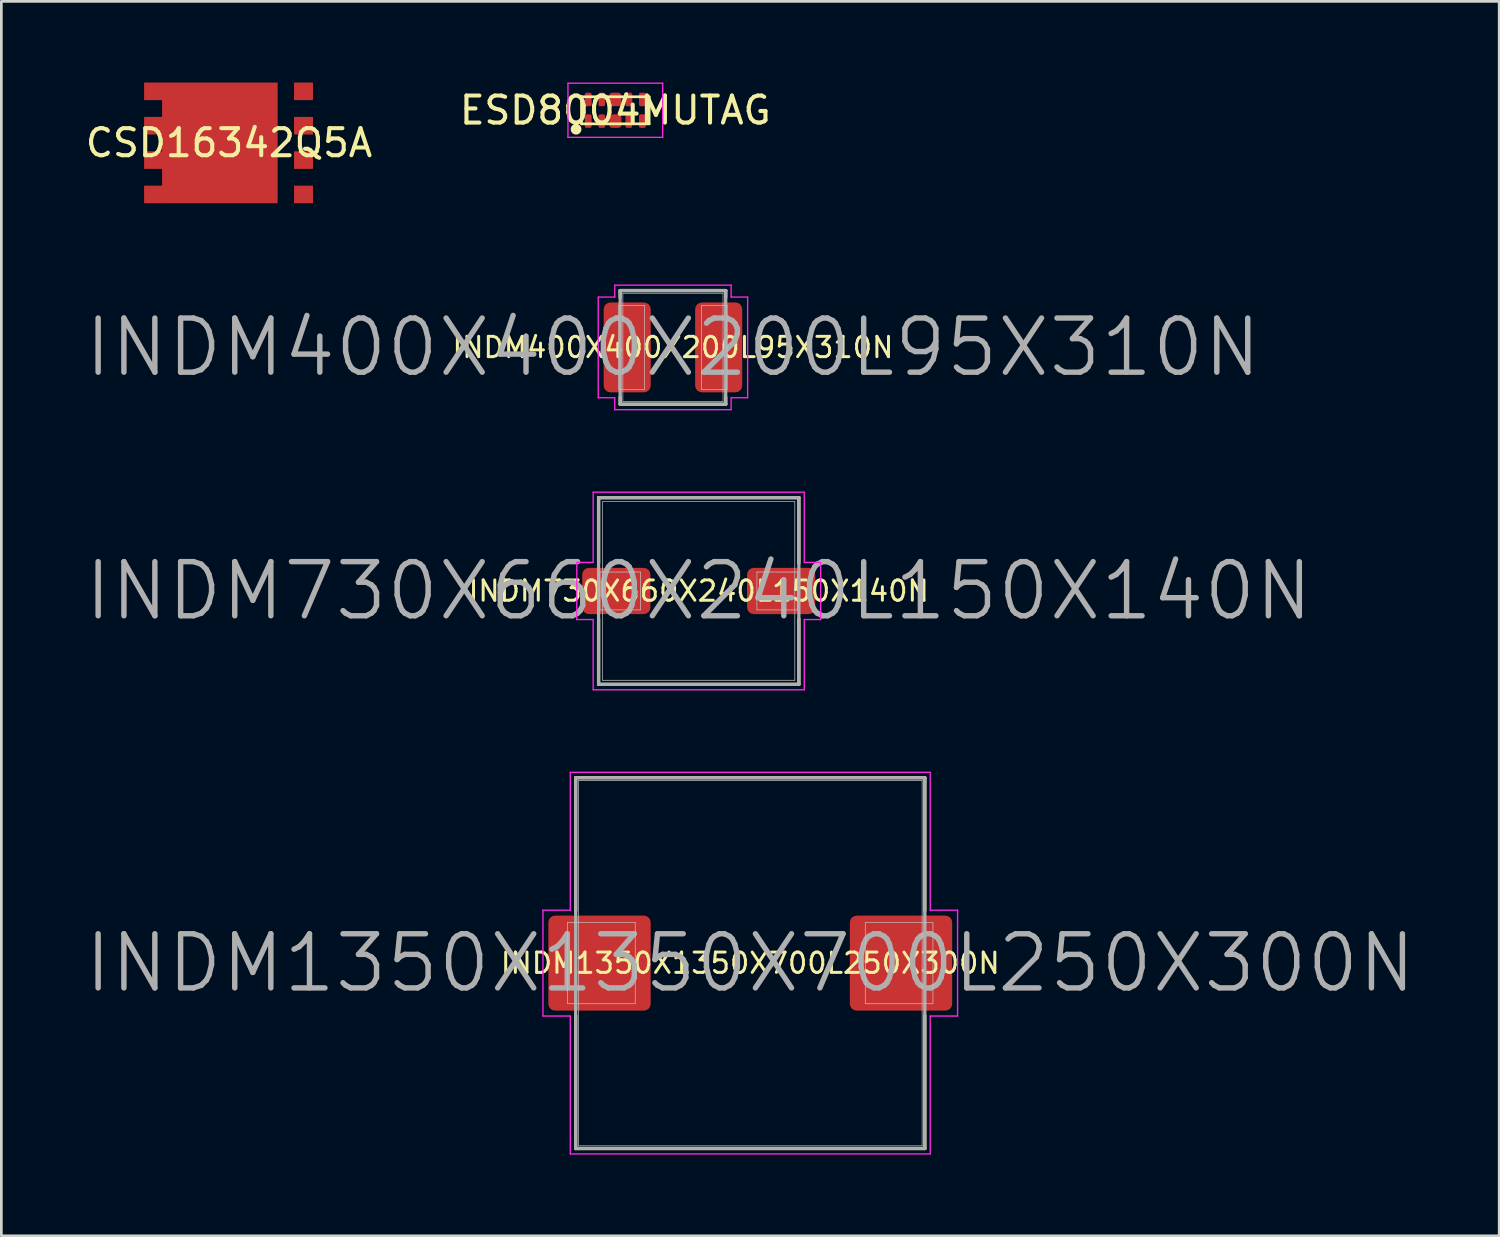
<source format=kicad_pcb>
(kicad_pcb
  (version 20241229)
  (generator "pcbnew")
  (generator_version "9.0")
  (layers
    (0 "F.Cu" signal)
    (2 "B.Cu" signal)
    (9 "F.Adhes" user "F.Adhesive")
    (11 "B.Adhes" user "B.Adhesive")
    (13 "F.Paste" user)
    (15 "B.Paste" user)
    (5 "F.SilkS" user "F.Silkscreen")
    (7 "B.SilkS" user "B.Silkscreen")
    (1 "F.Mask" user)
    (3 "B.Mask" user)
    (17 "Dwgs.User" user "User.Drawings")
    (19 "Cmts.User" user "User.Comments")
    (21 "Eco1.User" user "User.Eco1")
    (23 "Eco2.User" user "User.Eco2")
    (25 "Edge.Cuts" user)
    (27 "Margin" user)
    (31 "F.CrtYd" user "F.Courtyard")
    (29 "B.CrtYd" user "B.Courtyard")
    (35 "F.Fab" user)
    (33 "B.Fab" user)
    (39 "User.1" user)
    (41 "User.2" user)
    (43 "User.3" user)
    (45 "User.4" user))
  (footprint "ESD8004MUTAG"
    (layer "F.Cu")
    (at 19.685 1.025)
    (property "Reference" "ESD8004MUTAG" (at 0 0 0) (unlocked yes) (layer "F.SilkS") (effects (font (size 1 1) (thickness 0.15))))
    (fp_line (start -1.25 -0.5) (end -1.25 0.5) (stroke (width 0.1) (type solid)) (layer "F.SilkS"))
    (fp_line (start -1.25 -0.5) (end 1.25 -0.5) (stroke (width 0.1) (type solid)) (layer "F.SilkS"))
    (fp_line (start -1.25 0.5) (end 1.25 0.5) (stroke (width 0.1) (type solid)) (layer "F.SilkS"))
    (fp_line (start 1.25 0.5) (end 1.25 -0.5) (stroke (width 0.1) (type solid)) (layer "F.SilkS"))
    (fp_circle (center -1.45 0.7) (end -1.35 0.7) (stroke (width 0.2) (type solid)) (fill no) (layer "F.SilkS"))
    (fp_line (start -1.75 -1) (end -1.75 1) (stroke (width 0.05) (type solid)) (layer "F.CrtYd"))
    (fp_line (start -1.75 1) (end 1.75 1) (stroke (width 0.05) (type solid)) (layer "F.CrtYd"))
    (fp_line (start 1.75 -1) (end -1.75 -1) (stroke (width 0.05) (type solid)) (layer "F.CrtYd"))
    (fp_line (start 1.75 1) (end 1.75 -1) (stroke (width 0.05) (type solid)) (layer "F.CrtYd"))
    (pad "1" smd roundrect (at -1 0.4) (size 0.25 0.5) (layers "F.Cu" "F.Mask" "F.Paste") (roundrect_rratio 0.25))
    (pad "2" smd roundrect (at -0.5 0.4) (size 0.25 0.5) (layers "F.Cu" "F.Mask" "F.Paste") (roundrect_rratio 0.25))
    (pad "3" smd roundrect (at 0 0.4) (size 0.45 0.5) (layers "F.Cu" "F.Mask" "F.Paste") (roundrect_rratio 0.25))
    (pad "4" smd roundrect (at 0.5 0.4) (size 0.25 0.5) (layers "F.Cu" "F.Mask" "F.Paste") (roundrect_rratio 0.25))
    (pad "5" smd roundrect (at 1 0.4) (size 0.25 0.5) (layers "F.Cu" "F.Mask" "F.Paste") (roundrect_rratio 0.25))
    (pad "6" smd roundrect (at 1 -0.4) (size 0.25 0.5) (layers "F.Cu" "F.Mask" "F.Paste") (roundrect_rratio 0.25))
    (pad "7" smd roundrect (at 0.5 -0.4) (size 0.25 0.5) (layers "F.Cu" "F.Mask" "F.Paste") (roundrect_rratio 0.25))
    (pad "8" smd roundrect (at 0 -0.4) (size 0.45 0.5) (layers "F.Cu" "F.Mask" "F.Paste") (roundrect_rratio 0.25))
    (pad "9" smd roundrect (at -0.5 -0.4) (size 0.25 0.5) (layers "F.Cu" "F.Mask" "F.Paste") (roundrect_rratio 0.25))
    (pad "10" smd roundrect (at -1 -0.4) (size 0.25 0.5) (layers "F.Cu" "F.Mask" "F.Paste") (roundrect_rratio 0.25)))
  (footprint "INDM730X660X240L150X140N"
    (layer "F.Cu")
    (at 22.767 18.786)
    (property "Reference" "INDM730X660X240L150X140N" (at 0 0 0) (layer "F.SilkS") (effects (font (size 0.75 0.75) (thickness 0.11))))
    (attr smd)
    (fp_line (start -3.7 -3.45) (end 3.7 -3.45) (stroke (width 0.12) (type solid)) (layer "F.SilkS"))
    (fp_line (start -3.7 -1.035) (end -3.7 -3.45) (stroke (width 0.12) (type solid)) (layer "F.SilkS"))
    (fp_line (start -3.7 3.45) (end -3.7 1.035) (stroke (width 0.12) (type solid)) (layer "F.SilkS"))
    (fp_line (start 3.7 -3.45) (end 3.7 -1.035) (stroke (width 0.12) (type solid)) (layer "F.SilkS"))
    (fp_line (start 3.7 1.035) (end 3.7 3.45) (stroke (width 0.12) (type solid)) (layer "F.SilkS"))
    (fp_line (start 3.7 3.45) (end -3.7 3.45) (stroke (width 0.12) (type solid)) (layer "F.SilkS"))
    (fp_line (start -3.65 -0.7) (end -2.15 -0.7) (stroke (width 0.025) (type solid)) (layer "Dwgs.User"))
    (fp_line (start -3.65 0.7) (end -3.65 -0.7) (stroke (width 0.025) (type solid)) (layer "Dwgs.User"))
    (fp_line (start -3.55 -3.3) (end 3.55 -3.3) (stroke (width 0.025) (type solid)) (layer "Dwgs.User"))
    (fp_line (start -3.55 3.3) (end -3.55 -3.3) (stroke (width 0.025) (type solid)) (layer "Dwgs.User"))
    (fp_line (start -2.15 -0.7) (end -2.15 0.7) (stroke (width 0.025) (type solid)) (layer "Dwgs.User"))
    (fp_line (start -2.15 0.7) (end -3.65 0.7) (stroke (width 0.025) (type solid)) (layer "Dwgs.User"))
    (fp_line (start 2.15 -0.7) (end 3.65 -0.7) (stroke (width 0.025) (type solid)) (layer "Dwgs.User"))
    (fp_line (start 2.15 0.7) (end 2.15 -0.7) (stroke (width 0.025) (type solid)) (layer "Dwgs.User"))
    (fp_line (start 3.55 -3.3) (end 3.55 3.3) (stroke (width 0.025) (type solid)) (layer "Dwgs.User"))
    (fp_line (start 3.55 3.3) (end -3.55 3.3) (stroke (width 0.025) (type solid)) (layer "Dwgs.User"))
    (fp_line (start 3.65 -0.7) (end 3.65 0.7) (stroke (width 0.025) (type solid)) (layer "Dwgs.User"))
    (fp_line (start 3.65 0.7) (end 2.15 0.7) (stroke (width 0.025) (type solid)) (layer "Dwgs.User"))
    (fp_line (start -4.505 -1.055) (end -4.505 1.055) (stroke (width 0.05) (type solid)) (layer "F.CrtYd"))
    (fp_line (start -4.505 1.055) (end -3.9 1.055) (stroke (width 0.05) (type solid)) (layer "F.CrtYd"))
    (fp_line (start -3.9 -3.65) (end -3.9 -1.055) (stroke (width 0.05) (type solid)) (layer "F.CrtYd"))
    (fp_line (start -3.9 -1.055) (end -4.505 -1.055) (stroke (width 0.05) (type solid)) (layer "F.CrtYd"))
    (fp_line (start -3.9 1.055) (end -3.9 3.65) (stroke (width 0.05) (type solid)) (layer "F.CrtYd"))
    (fp_line (start -3.9 3.65) (end 3.9 3.65) (stroke (width 0.05) (type solid)) (layer "F.CrtYd"))
    (fp_line (start 3.9 -3.65) (end -3.9 -3.65) (stroke (width 0.05) (type solid)) (layer "F.CrtYd"))
    (fp_line (start 3.9 -1.055) (end 3.9 -3.65) (stroke (width 0.05) (type solid)) (layer "F.CrtYd"))
    (fp_line (start 3.9 1.055) (end 4.505 1.055) (stroke (width 0.05) (type solid)) (layer "F.CrtYd"))
    (fp_line (start 3.9 3.65) (end 3.9 1.055) (stroke (width 0.05) (type solid)) (layer "F.CrtYd"))
    (fp_line (start 4.505 -1.055) (end 3.9 -1.055) (stroke (width 0.05) (type solid)) (layer "F.CrtYd"))
    (fp_line (start 4.505 1.055) (end 4.505 -1.055) (stroke (width 0.05) (type solid)) (layer "F.CrtYd"))
    (fp_line (start -3.7 -3.45) (end 3.7 -3.45) (stroke (width 0.12) (type solid)) (layer "F.Fab"))
    (fp_line (start -3.7 3.45) (end -3.7 -3.45) (stroke (width 0.12) (type solid)) (layer "F.Fab"))
    (fp_line (start 3.7 -3.45) (end 3.7 3.45) (stroke (width 0.12) (type solid)) (layer "F.Fab"))
    (fp_line (start 3.7 3.45) (end -3.7 3.45) (stroke (width 0.12) (type solid)) (layer "F.Fab"))
    (fp_text user "${REFERENCE}" (at 0 0 0) (layer "F.Fab") (effects (font (size 2 2) (thickness 0.2))))
    (pad "1" smd roundrect (at -3.045 0) (size 2.52 1.71) (layers "F.Cu" "F.Mask" "F.Paste") (roundrect_rratio 0.146))
    (pad "2" smd roundrect (at 3.045 0) (size 2.52 1.71) (layers "F.Cu" "F.Mask" "F.Paste") (roundrect_rratio 0.146)))
  (footprint "INDM400X400X200L95X310N"
    (layer "F.Cu")
    (at 21.814 9.786)
    (property "Reference" "INDM400X400X200L95X310N" (at 0 0 0) (layer "F.SilkS") (effects (font (size 0.75 0.75) (thickness 0.11))))
    (attr smd)
    (fp_line (start -1.95 -2.1) (end 1.95 -2.1) (stroke (width 0.12) (type solid)) (layer "F.SilkS"))
    (fp_line (start -1.95 -1.84) (end -1.95 -2.1) (stroke (width 0.12) (type solid)) (layer "F.SilkS"))
    (fp_line (start -1.95 2.1) (end -1.95 1.84) (stroke (width 0.12) (type solid)) (layer "F.SilkS"))
    (fp_line (start 1.95 -2.1) (end 1.95 -1.84) (stroke (width 0.12) (type solid)) (layer "F.SilkS"))
    (fp_line (start 1.95 1.84) (end 1.95 2.1) (stroke (width 0.12) (type solid)) (layer "F.SilkS"))
    (fp_line (start 1.95 2.1) (end -1.95 2.1) (stroke (width 0.12) (type solid)) (layer "F.SilkS"))
    (fp_line (start -2 -1.55) (end -1.05 -1.55) (stroke (width 0.025) (type solid)) (layer "Dwgs.User"))
    (fp_line (start -2 1.55) (end -2 -1.55) (stroke (width 0.025) (type solid)) (layer "Dwgs.User"))
    (fp_line (start -1.85 -2) (end 1.85 -2) (stroke (width 0.025) (type solid)) (layer "Dwgs.User"))
    (fp_line (start -1.85 2) (end -1.85 -2) (stroke (width 0.025) (type solid)) (layer "Dwgs.User"))
    (fp_line (start -1.05 -1.55) (end -1.05 1.55) (stroke (width 0.025) (type solid)) (layer "Dwgs.User"))
    (fp_line (start -1.05 1.55) (end -2 1.55) (stroke (width 0.025) (type solid)) (layer "Dwgs.User"))
    (fp_line (start 1.05 -1.55) (end 2 -1.55) (stroke (width 0.025) (type solid)) (layer "Dwgs.User"))
    (fp_line (start 1.05 1.55) (end 1.05 -1.55) (stroke (width 0.025) (type solid)) (layer "Dwgs.User"))
    (fp_line (start 1.85 -2) (end 1.85 2) (stroke (width 0.025) (type solid)) (layer "Dwgs.User"))
    (fp_line (start 1.85 2) (end -1.85 2) (stroke (width 0.025) (type solid)) (layer "Dwgs.User"))
    (fp_line (start 2 -1.55) (end 2 1.55) (stroke (width 0.025) (type solid)) (layer "Dwgs.User"))
    (fp_line (start 2 1.55) (end 1.05 1.55) (stroke (width 0.025) (type solid)) (layer "Dwgs.User"))
    (fp_line (start -2.76 -1.86) (end -2.76 1.86) (stroke (width 0.05) (type solid)) (layer "F.CrtYd"))
    (fp_line (start -2.76 1.86) (end -2.15 1.86) (stroke (width 0.05) (type solid)) (layer "F.CrtYd"))
    (fp_line (start -2.15 -2.3) (end -2.15 -1.86) (stroke (width 0.05) (type solid)) (layer "F.CrtYd"))
    (fp_line (start -2.15 -1.86) (end -2.76 -1.86) (stroke (width 0.05) (type solid)) (layer "F.CrtYd"))
    (fp_line (start -2.15 1.86) (end -2.15 2.3) (stroke (width 0.05) (type solid)) (layer "F.CrtYd"))
    (fp_line (start -2.15 2.3) (end 2.15 2.3) (stroke (width 0.05) (type solid)) (layer "F.CrtYd"))
    (fp_line (start 2.15 -2.3) (end -2.15 -2.3) (stroke (width 0.05) (type solid)) (layer "F.CrtYd"))
    (fp_line (start 2.15 -1.86) (end 2.15 -2.3) (stroke (width 0.05) (type solid)) (layer "F.CrtYd"))
    (fp_line (start 2.15 1.86) (end 2.76 1.86) (stroke (width 0.05) (type solid)) (layer "F.CrtYd"))
    (fp_line (start 2.15 2.3) (end 2.15 1.86) (stroke (width 0.05) (type solid)) (layer "F.CrtYd"))
    (fp_line (start 2.76 -1.86) (end 2.15 -1.86) (stroke (width 0.05) (type solid)) (layer "F.CrtYd"))
    (fp_line (start 2.76 1.86) (end 2.76 -1.86) (stroke (width 0.05) (type solid)) (layer "F.CrtYd"))
    (fp_line (start -1.95 -2.1) (end 1.95 -2.1) (stroke (width 0.12) (type solid)) (layer "F.Fab"))
    (fp_line (start -1.95 2.1) (end -1.95 -2.1) (stroke (width 0.12) (type solid)) (layer "F.Fab"))
    (fp_line (start 1.95 -2.1) (end 1.95 2.1) (stroke (width 0.12) (type solid)) (layer "F.Fab"))
    (fp_line (start 1.95 2.1) (end -1.95 2.1) (stroke (width 0.12) (type solid)) (layer "F.Fab"))
    (fp_text user "${REFERENCE}" (at 0 0 0) (layer "F.Fab") (effects (font (size 2 2) (thickness 0.2))))
    (pad "1" smd roundrect (at -1.69 0) (size 1.74 3.32) (layers "F.Cu" "F.Mask" "F.Paste") (roundrect_rratio 0.144))
    (pad "2" smd roundrect (at 1.69 0) (size 1.74 3.32) (layers "F.Cu" "F.Mask" "F.Paste") (roundrect_rratio 0.144)))
  (footprint "INDM1350X1350X700L250X300N"
    (layer "F.Cu")
    (at 24.671 32.536)
    (property "Reference" "INDM1350X1350X700L250X300N" (at 0 0 0) (layer "F.SilkS") (effects (font (size 0.75 0.75) (thickness 0.11))))
    (attr smd)
    (fp_line (start -6.45 -6.85) (end 6.45 -6.85) (stroke (width 0.12) (type solid)) (layer "F.SilkS"))
    (fp_line (start -6.45 -1.935) (end -6.45 -6.85) (stroke (width 0.12) (type solid)) (layer "F.SilkS"))
    (fp_line (start -6.45 6.85) (end -6.45 1.935) (stroke (width 0.12) (type solid)) (layer "F.SilkS"))
    (fp_line (start 6.45 -6.85) (end 6.45 -1.935) (stroke (width 0.12) (type solid)) (layer "F.SilkS"))
    (fp_line (start 6.45 1.935) (end 6.45 6.85) (stroke (width 0.12) (type solid)) (layer "F.SilkS"))
    (fp_line (start 6.45 6.85) (end -6.45 6.85) (stroke (width 0.12) (type solid)) (layer "F.SilkS"))
    (fp_line (start -6.75 -1.5) (end -4.25 -1.5) (stroke (width 0.025) (type solid)) (layer "Dwgs.User"))
    (fp_line (start -6.75 1.5) (end -6.75 -1.5) (stroke (width 0.025) (type solid)) (layer "Dwgs.User"))
    (fp_line (start -6.35 -6.75) (end 6.35 -6.75) (stroke (width 0.025) (type solid)) (layer "Dwgs.User"))
    (fp_line (start -6.35 6.75) (end -6.35 -6.75) (stroke (width 0.025) (type solid)) (layer "Dwgs.User"))
    (fp_line (start -4.25 -1.5) (end -4.25 1.5) (stroke (width 0.025) (type solid)) (layer "Dwgs.User"))
    (fp_line (start -4.25 1.5) (end -6.75 1.5) (stroke (width 0.025) (type solid)) (layer "Dwgs.User"))
    (fp_line (start 4.25 -1.5) (end 6.75 -1.5) (stroke (width 0.025) (type solid)) (layer "Dwgs.User"))
    (fp_line (start 4.25 1.5) (end 4.25 -1.5) (stroke (width 0.025) (type solid)) (layer "Dwgs.User"))
    (fp_line (start 6.35 -6.75) (end 6.35 6.75) (stroke (width 0.025) (type solid)) (layer "Dwgs.User"))
    (fp_line (start 6.35 6.75) (end -6.35 6.75) (stroke (width 0.025) (type solid)) (layer "Dwgs.User"))
    (fp_line (start 6.75 -1.5) (end 6.75 1.5) (stroke (width 0.025) (type solid)) (layer "Dwgs.User"))
    (fp_line (start 6.75 1.5) (end 4.25 1.5) (stroke (width 0.025) (type solid)) (layer "Dwgs.User"))
    (fp_line (start -7.66 -1.955) (end -7.66 1.955) (stroke (width 0.05) (type solid)) (layer "F.CrtYd"))
    (fp_line (start -7.66 1.955) (end -6.65 1.955) (stroke (width 0.05) (type solid)) (layer "F.CrtYd"))
    (fp_line (start -6.65 -7.05) (end -6.65 -1.955) (stroke (width 0.05) (type solid)) (layer "F.CrtYd"))
    (fp_line (start -6.65 -1.955) (end -7.66 -1.955) (stroke (width 0.05) (type solid)) (layer "F.CrtYd"))
    (fp_line (start -6.65 1.955) (end -6.65 7.05) (stroke (width 0.05) (type solid)) (layer "F.CrtYd"))
    (fp_line (start -6.65 7.05) (end 6.65 7.05) (stroke (width 0.05) (type solid)) (layer "F.CrtYd"))
    (fp_line (start 6.65 -7.05) (end -6.65 -7.05) (stroke (width 0.05) (type solid)) (layer "F.CrtYd"))
    (fp_line (start 6.65 -1.955) (end 6.65 -7.05) (stroke (width 0.05) (type solid)) (layer "F.CrtYd"))
    (fp_line (start 6.65 1.955) (end 7.66 1.955) (stroke (width 0.05) (type solid)) (layer "F.CrtYd"))
    (fp_line (start 6.65 7.05) (end 6.65 1.955) (stroke (width 0.05) (type solid)) (layer "F.CrtYd"))
    (fp_line (start 7.66 -1.955) (end 6.65 -1.955) (stroke (width 0.05) (type solid)) (layer "F.CrtYd"))
    (fp_line (start 7.66 1.955) (end 7.66 -1.955) (stroke (width 0.05) (type solid)) (layer "F.CrtYd"))
    (fp_line (start -6.45 -6.85) (end 6.45 -6.85) (stroke (width 0.12) (type solid)) (layer "F.Fab"))
    (fp_line (start -6.45 6.85) (end -6.45 -6.85) (stroke (width 0.12) (type solid)) (layer "F.Fab"))
    (fp_line (start 6.45 -6.85) (end 6.45 6.85) (stroke (width 0.12) (type solid)) (layer "F.Fab"))
    (fp_line (start 6.45 6.85) (end -6.45 6.85) (stroke (width 0.12) (type solid)) (layer "F.Fab"))
    (fp_text user "${REFERENCE}" (at 0 0 0) (layer "F.Fab") (effects (font (size 2 2) (thickness 0.2))))
    (pad "1" smd roundrect (at -5.57 0) (size 3.78 3.51) (layers "F.Cu" "F.Mask" "F.Paste") (roundrect_rratio 0.071))
    (pad "2" smd roundrect (at 5.57 0) (size 3.78 3.51) (layers "F.Cu" "F.Mask" "F.Paste") (roundrect_rratio 0.071)))
  (footprint "CSD16342Q5A"
    (layer "F.Cu")
    (at 5.411 2.23)
    (property "Reference" "CSD16342Q5A" (at 0 0 0) (unlocked yes) (layer "F.SilkS") (effects (font (size 1 1) (thickness 0.15))))
    (fp_line (start -3.102 -0.96) (end -3.102 -0.31) (stroke (width 0.001) (type solid)) (layer "F.Cu"))
    (fp_line (start -3.102 -0.31) (end -2.472 -0.31) (stroke (width 0.001) (type solid)) (layer "F.Cu"))
    (fp_line (start -3.102 0.31) (end -3.102 0.96) (stroke (width 0.001) (type solid)) (layer "F.Cu"))
    (fp_line (start -3.102 0.96) (end -2.472 0.96) (stroke (width 0.001) (type solid)) (layer "F.Cu"))
    (fp_line (start -3.102 1.58) (end -3.102 2.23) (stroke (width 0.001) (type solid)) (layer "F.Cu"))
    (fp_line (start -3.102 2.23) (end 1.798 2.23) (stroke (width 0.001) (type solid)) (layer "F.Cu"))
    (fp_line (start -3.102 -2.23) (end -3.102 -1.58) (stroke (width 0.001) (type solid)) (layer "F.Cu"))
    (fp_line (start -3.102 -1.58) (end -2.472 -1.58) (stroke (width 0.001) (type solid)) (layer "F.Cu"))
    (fp_line (start -2.472 -1.58) (end -2.472 -0.96) (stroke (width 0.001) (type solid)) (layer "F.Cu"))
    (fp_line (start -2.472 -0.96) (end -3.102 -0.96) (stroke (width 0.001) (type solid)) (layer "F.Cu"))
    (fp_line (start -2.472 -0.31) (end -2.472 0.31) (stroke (width 0.001) (type solid)) (layer "F.Cu"))
    (fp_line (start -2.472 -0.31) (end -2.472 0.31) (stroke (width 0.001) (type solid)) (layer "F.Cu"))
    (fp_line (start -2.472 -0.31) (end -2.472 0.31) (stroke (width 0.001) (type solid)) (layer "F.Cu"))
    (fp_line (start -2.472 0.31) (end -3.102 0.31) (stroke (width 0.001) (type solid)) (layer "F.Cu"))
    (fp_line (start -2.472 0.31) (end -2.472 -0.31) (stroke (width 0.001) (type solid)) (layer "F.Cu"))
    (fp_line (start -2.472 0.31) (end -2.472 -0.31) (stroke (width 0.001) (type solid)) (layer "F.Cu"))
    (fp_line (start -2.472 0.96) (end -2.472 1.58) (stroke (width 0.001) (type solid)) (layer "F.Cu"))
    (fp_line (start -2.472 1.58) (end -3.102 1.58) (stroke (width 0.001) (type solid)) (layer "F.Cu"))
    (fp_line (start 1.798 -2.23) (end -3.102 -2.23) (stroke (width 0.001) (type solid)) (layer "F.Cu"))
    (fp_line (start 1.798 0) (end 1.798 -2.23) (stroke (width 0.001) (type solid)) (layer "F.Cu"))
    (fp_line (start 1.798 2.23) (end 1.798 0) (stroke (width 0.001) (type solid)) (layer "F.Cu"))
    (fp_poly (pts (xy -0.3 -0.4) (xy -1.8 -0.4) (xy -1.8 -2) (xy -0.3 -2)) (stroke (width 0.001) (type solid)) (fill yes) (layer "F.Mask"))
    (fp_poly (pts (xy -0.3 2) (xy -1.8 2) (xy -1.8 0.4) (xy -0.3 0.4)) (stroke (width 0.001) (type solid)) (fill yes) (layer "F.Mask"))
    (fp_poly (pts (xy 1.6 -0.4) (xy 0.4 -0.4) (xy 0.4 -2) (xy 1.6 -2)) (stroke (width 0.001) (type solid)) (fill yes) (layer "F.Mask"))
    (fp_poly (pts (xy 1.6 2) (xy 0.4 2) (xy 0.4 0.4) (xy 1.6 0.4)) (stroke (width 0.001) (type solid)) (fill yes) (layer "F.Mask"))
    (pad "1" smd rect (at 2.753 1.905) (size 0.7 0.65) (layers "F.Cu" "F.Mask" "F.Paste"))
    (pad "2" smd rect (at 2.753 0.635) (size 0.7 0.65) (layers "F.Cu" "F.Mask" "F.Paste"))
    (pad "3" smd rect (at 2.753 -0.635) (size 0.7 0.65) (layers "F.Cu" "F.Mask" "F.Paste"))
    (pad "4" smd rect (at 2.753 -1.905) (size 0.7 0.65) (layers "F.Cu" "F.Mask" "F.Paste"))
    (pad "5" smd rect (at -2.787 -1.905) (size 0.7 0.65) (layers "F.Cu" "F.Mask" "F.Paste"))
    (pad "5" smd rect (at -0.337 0) (size 4.27 4.46) (layers "F.Cu"))
    (pad "6" smd rect (at -2.787 -0.635) (size 0.7 0.65) (layers "F.Cu" "F.Mask" "F.Paste"))
    (pad "7" smd rect (at -2.787 0.635) (size 0.7 0.65) (layers "F.Cu" "F.Mask" "F.Paste"))
    (pad "8" smd rect (at -2.787 1.905) (size 0.7 0.65) (layers "F.Cu" "F.Mask" "F.Paste")))
  (gr_rect
    (start -3 -3)
    (end 52.343 42.611)
    (stroke (width 0.1) (type default))
    (fill no)
    (layer "Edge.Cuts")))
</source>
